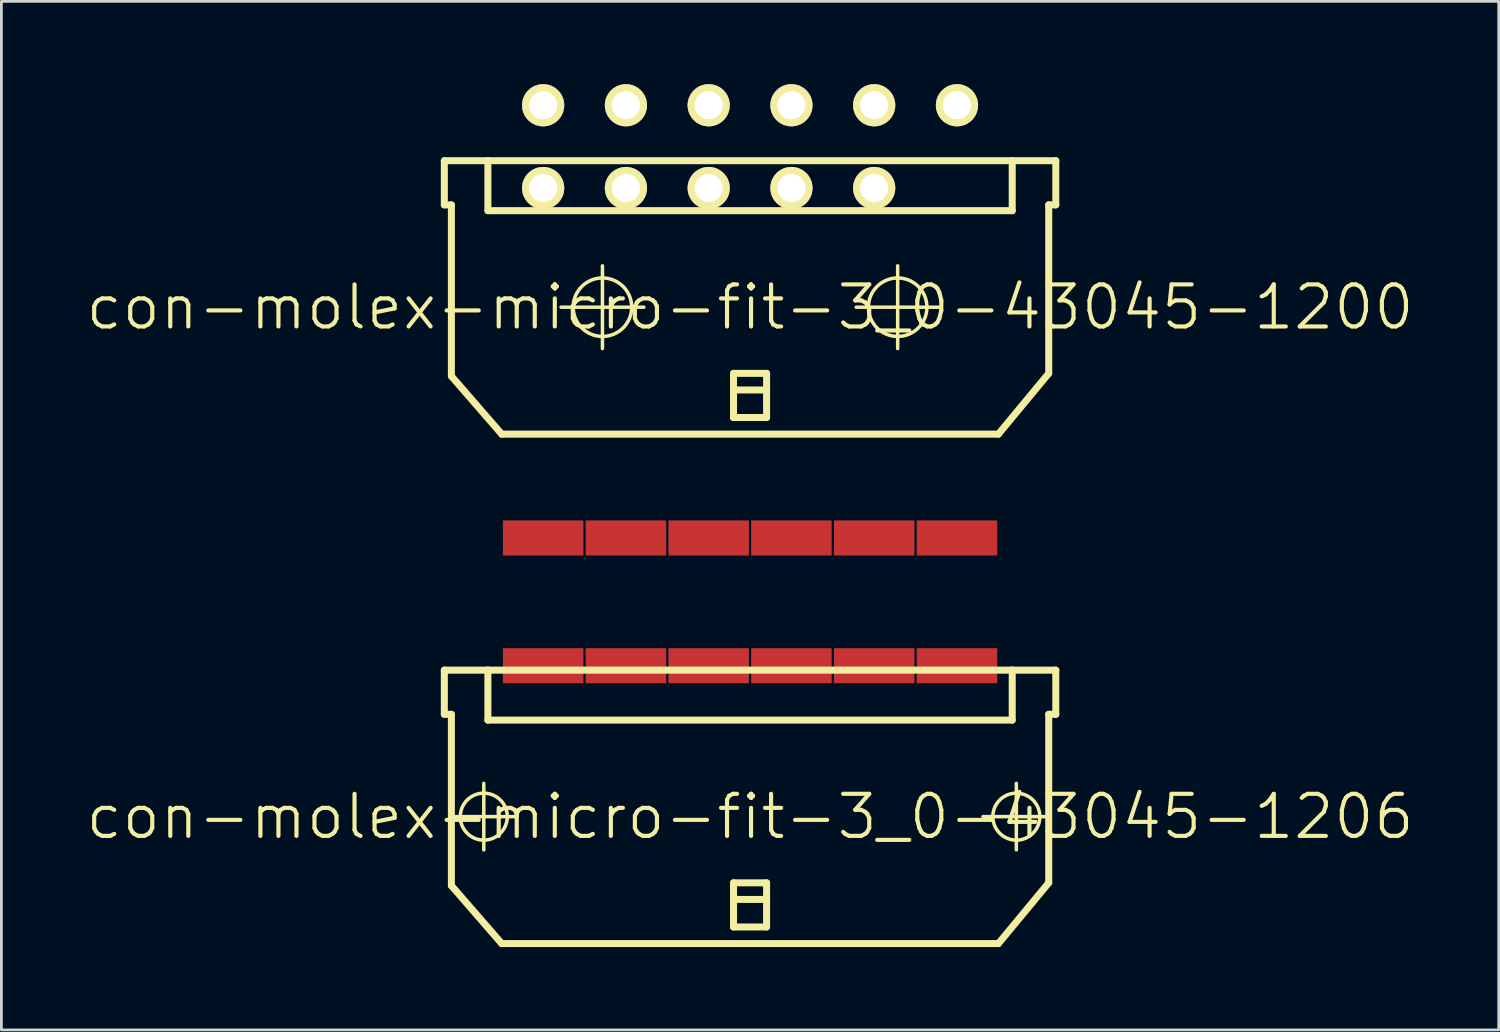
<source format=kicad_pcb>
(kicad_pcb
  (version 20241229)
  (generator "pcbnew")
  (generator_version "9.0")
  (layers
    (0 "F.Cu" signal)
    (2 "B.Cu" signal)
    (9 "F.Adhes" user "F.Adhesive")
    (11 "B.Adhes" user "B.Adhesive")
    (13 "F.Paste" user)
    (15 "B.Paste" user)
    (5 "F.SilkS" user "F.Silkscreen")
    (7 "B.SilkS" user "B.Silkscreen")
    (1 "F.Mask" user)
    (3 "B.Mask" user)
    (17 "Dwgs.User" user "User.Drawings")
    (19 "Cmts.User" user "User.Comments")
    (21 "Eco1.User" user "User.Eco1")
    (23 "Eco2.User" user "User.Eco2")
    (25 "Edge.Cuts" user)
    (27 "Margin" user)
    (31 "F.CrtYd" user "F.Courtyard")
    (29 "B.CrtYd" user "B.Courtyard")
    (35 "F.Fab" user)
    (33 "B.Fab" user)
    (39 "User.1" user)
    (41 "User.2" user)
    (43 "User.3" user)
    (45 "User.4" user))
  (footprint "con-molex-micro-fit-3_0-43045-1206"
    (layer "F.Cu")
    (at 24.13 26.543)
    (property "Reference" "con-molex-micro-fit-3_0-43045-1206" (at 0 0 0) (layer "F.SilkS") (effects (font (size 1.524 1.524) (thickness 0.15))))
    (attr smd)
    (fp_line (start -11.079 -5.309) (end -11.079 -3.708) (stroke (width 0.254) (type solid)) (layer "F.SilkS"))
    (fp_line (start -11.079 -3.708) (end -10.823 -3.708) (stroke (width 0.254) (type solid)) (layer "F.SilkS"))
    (fp_line (start -10.853 0) (end -8.443 0) (stroke (width 0.127) (type solid)) (layer "F.SilkS"))
    (fp_line (start -10.823 2.499) (end -10.823 -3.708) (stroke (width 0.254) (type solid)) (layer "F.SilkS"))
    (fp_line (start -10.823 2.499) (end -8.999 4.6) (stroke (width 0.254) (type solid)) (layer "F.SilkS"))
    (fp_line (start -9.649 1.204) (end -9.649 -1.204) (stroke (width 0.127) (type solid)) (layer "F.SilkS"))
    (fp_line (start -9.5 -5.309) (end -11.079 -5.309) (stroke (width 0.254) (type solid)) (layer "F.SilkS"))
    (fp_line (start -9.5 -5.309) (end -9.5 -3.498) (stroke (width 0.254) (type solid)) (layer "F.SilkS"))
    (fp_line (start -9.5 -5.309) (end 9.5 -5.309) (stroke (width 0.254) (type solid)) (layer "F.SilkS"))
    (fp_line (start -9.5 -3.498) (end 9.5 -3.498) (stroke (width 0.254) (type solid)) (layer "F.SilkS"))
    (fp_line (start -4.829 -5.309) (end -9.5 -5.309) (stroke (width 0.127) (type solid)) (layer "F.SilkS"))
    (fp_line (start -4.823 -5.309) (end -9.5 -5.309) (stroke (width 0.127) (type solid)) (layer "F.SilkS"))
    (fp_line (start -0.599 2.398) (end 0.599 2.398) (stroke (width 0.254) (type solid)) (layer "F.SilkS"))
    (fp_line (start -0.599 3) (end -0.599 2.398) (stroke (width 0.254) (type solid)) (layer "F.SilkS"))
    (fp_line (start -0.599 3) (end 0.599 3) (stroke (width 0.254) (type solid)) (layer "F.SilkS"))
    (fp_line (start -0.599 3.998) (end -0.599 3) (stroke (width 0.254) (type solid)) (layer "F.SilkS"))
    (fp_line (start 0.599 2.398) (end 0.599 3) (stroke (width 0.254) (type solid)) (layer "F.SilkS"))
    (fp_line (start 0.599 3) (end 0.599 3.998) (stroke (width 0.254) (type solid)) (layer "F.SilkS"))
    (fp_line (start 0.599 3.998) (end -0.599 3.998) (stroke (width 0.254) (type solid)) (layer "F.SilkS"))
    (fp_line (start 8.443 0) (end 10.853 0) (stroke (width 0.127) (type solid)) (layer "F.SilkS"))
    (fp_line (start 8.999 4.6) (end -8.999 4.6) (stroke (width 0.254) (type solid)) (layer "F.SilkS"))
    (fp_line (start 9.5 -5.309) (end 11.079 -5.309) (stroke (width 0.254) (type solid)) (layer "F.SilkS"))
    (fp_line (start 9.5 -3.498) (end 9.5 -5.309) (stroke (width 0.254) (type solid)) (layer "F.SilkS"))
    (fp_line (start 9.649 1.204) (end 9.649 -1.204) (stroke (width 0.127) (type solid)) (layer "F.SilkS"))
    (fp_line (start 10.823 -3.708) (end 10.823 2.398) (stroke (width 0.254) (type solid)) (layer "F.SilkS"))
    (fp_line (start 10.823 2.398) (end 8.999 4.6) (stroke (width 0.254) (type solid)) (layer "F.SilkS"))
    (fp_line (start 11.079 -5.309) (end 11.079 -3.708) (stroke (width 0.254) (type solid)) (layer "F.SilkS"))
    (fp_line (start 11.079 -3.708) (end 10.823 -3.708) (stroke (width 0.254) (type solid)) (layer "F.SilkS"))
    (fp_circle (center -9.649 0) (end -10.251 0.602) (stroke (width 0.127) (type solid)) (fill no) (layer "F.SilkS"))
    (fp_circle (center 9.649 0) (end 10.251 0.602) (stroke (width 0.127) (type solid)) (fill no) (layer "F.SilkS"))
    (pad "P$1" smd rect (at 7.498 -5.469) (size 2.918 1.27) (layers "F.Cu" "F.Mask" "F.Paste"))
    (pad "P$2" smd rect (at 4.498 -5.469) (size 2.918 1.27) (layers "F.Cu" "F.Mask" "F.Paste"))
    (pad "P$3" smd rect (at 1.499 -5.469) (size 2.918 1.27) (layers "F.Cu" "F.Mask" "F.Paste"))
    (pad "P$4" smd rect (at -1.499 -5.469) (size 2.918 1.27) (layers "F.Cu" "F.Mask" "F.Paste"))
    (pad "P$5" smd rect (at -4.498 -5.469) (size 2.918 1.27) (layers "F.Cu" "F.Mask" "F.Paste"))
    (pad "P$6" smd rect (at -7.498 -5.469) (size 2.918 1.27) (layers "F.Cu" "F.Mask" "F.Paste"))
    (pad "P$7" smd rect (at 7.498 -10.099) (size 2.918 1.27) (layers "F.Cu" "F.Mask" "F.Paste"))
    (pad "P$8" smd rect (at 4.498 -10.099) (size 2.918 1.27) (layers "F.Cu" "F.Mask" "F.Paste"))
    (pad "P$9" smd rect (at 1.499 -10.099) (size 2.918 1.27) (layers "F.Cu" "F.Mask" "F.Paste"))
    (pad "P$10" smd rect (at -1.499 -10.099) (size 2.918 1.27) (layers "F.Cu" "F.Mask" "F.Paste"))
    (pad "P$11" smd rect (at -4.498 -10.099) (size 2.918 1.27) (layers "F.Cu" "F.Mask" "F.Paste"))
    (pad "P$12" smd rect (at -7.498 -10.099) (size 2.918 1.27) (layers "F.Cu" "F.Mask" "F.Paste")))
  (footprint "con-molex-micro-fit-3_0-43045-1200"
    (layer "F.Cu")
    (at 24.13 8.082)
    (property "Reference" "con-molex-micro-fit-3_0-43045-1200" (at 0 0 0) (layer "F.SilkS") (effects (font (size 1.524 1.524) (thickness 0.15))))
    (attr exclude_from_pos_files exclude_from_bom)
    (fp_line (start -11.079 -5.309) (end -11.079 -3.708) (stroke (width 0.254) (type solid)) (layer "F.SilkS"))
    (fp_line (start -11.079 -3.708) (end -10.823 -3.708) (stroke (width 0.254) (type solid)) (layer "F.SilkS"))
    (fp_line (start -10.823 2.499) (end -10.823 -3.708) (stroke (width 0.254) (type solid)) (layer "F.SilkS"))
    (fp_line (start -10.823 2.499) (end -8.999 4.6) (stroke (width 0.254) (type solid)) (layer "F.SilkS"))
    (fp_line (start -9.5 -5.309) (end -11.079 -5.309) (stroke (width 0.254) (type solid)) (layer "F.SilkS"))
    (fp_line (start -9.5 -5.309) (end -9.5 -3.498) (stroke (width 0.254) (type solid)) (layer "F.SilkS"))
    (fp_line (start -9.5 -5.309) (end 9.5 -5.309) (stroke (width 0.254) (type solid)) (layer "F.SilkS"))
    (fp_line (start -9.5 -3.498) (end 9.5 -3.498) (stroke (width 0.254) (type solid)) (layer "F.SilkS"))
    (fp_line (start -6.848 0) (end -3.848 0) (stroke (width 0.127) (type solid)) (layer "F.SilkS"))
    (fp_line (start -5.349 1.499) (end -5.349 -1.499) (stroke (width 0.127) (type solid)) (layer "F.SilkS"))
    (fp_line (start -4.829 -5.309) (end -9.5 -5.309) (stroke (width 0.127) (type solid)) (layer "F.SilkS"))
    (fp_line (start -4.823 -5.309) (end -9.5 -5.309) (stroke (width 0.127) (type solid)) (layer "F.SilkS"))
    (fp_line (start -0.599 2.398) (end 0.599 2.398) (stroke (width 0.254) (type solid)) (layer "F.SilkS"))
    (fp_line (start -0.599 3) (end -0.599 2.398) (stroke (width 0.254) (type solid)) (layer "F.SilkS"))
    (fp_line (start -0.599 3) (end 0.599 3) (stroke (width 0.254) (type solid)) (layer "F.SilkS"))
    (fp_line (start -0.599 3.998) (end -0.599 3) (stroke (width 0.254) (type solid)) (layer "F.SilkS"))
    (fp_line (start 0.599 2.398) (end 0.599 3) (stroke (width 0.254) (type solid)) (layer "F.SilkS"))
    (fp_line (start 0.599 3) (end 0.599 3.998) (stroke (width 0.254) (type solid)) (layer "F.SilkS"))
    (fp_line (start 0.599 3.998) (end -0.599 3.998) (stroke (width 0.254) (type solid)) (layer "F.SilkS"))
    (fp_line (start 3.848 0) (end 6.848 0) (stroke (width 0.127) (type solid)) (layer "F.SilkS"))
    (fp_line (start 5.349 1.499) (end 5.349 -1.499) (stroke (width 0.127) (type solid)) (layer "F.SilkS"))
    (fp_line (start 8.999 4.6) (end -8.999 4.6) (stroke (width 0.254) (type solid)) (layer "F.SilkS"))
    (fp_line (start 9.5 -5.309) (end 11.079 -5.309) (stroke (width 0.254) (type solid)) (layer "F.SilkS"))
    (fp_line (start 9.5 -3.498) (end 9.5 -5.309) (stroke (width 0.254) (type solid)) (layer "F.SilkS"))
    (fp_line (start 10.823 -3.708) (end 10.823 2.398) (stroke (width 0.254) (type solid)) (layer "F.SilkS"))
    (fp_line (start 10.823 2.398) (end 8.999 4.6) (stroke (width 0.254) (type solid)) (layer "F.SilkS"))
    (fp_line (start 11.079 -5.309) (end 11.079 -3.708) (stroke (width 0.254) (type solid)) (layer "F.SilkS"))
    (fp_line (start 11.079 -3.708) (end 10.823 -3.708) (stroke (width 0.254) (type solid)) (layer "F.SilkS"))
    (fp_circle (center -5.349 0) (end -6.099 0.749) (stroke (width 0.127) (type solid)) (fill no) (layer "F.SilkS"))
    (fp_circle (center 5.349 0) (end 6.099 0.749) (stroke (width 0.127) (type solid)) (fill no) (layer "F.SilkS"))
    (pad "P$1" thru_hole rect (at 7.498 -4.318) (size 0.001 0.001) (drill 1.019) (layers "*.Cu" "F.Mask" "F.SilkS" "F.Paste"))
    (pad "P$2" thru_hole circle (at 4.498 -4.318) (size 1.529 1.529) (drill 1.019) (layers "*.Cu" "F.Mask" "F.SilkS" "F.Paste"))
    (pad "P$3" thru_hole circle (at 1.499 -4.318) (size 1.529 1.529) (drill 1.019) (layers "*.Cu" "F.Mask" "F.SilkS" "F.Paste"))
    (pad "P$4" thru_hole circle (at -1.499 -4.318) (size 1.529 1.529) (drill 1.019) (layers "*.Cu" "F.Mask" "F.SilkS" "F.Paste"))
    (pad "P$5" thru_hole circle (at -4.498 -4.318) (size 1.529 1.529) (drill 1.019) (layers "*.Cu" "F.Mask" "F.SilkS" "F.Paste"))
    (pad "P$6" thru_hole circle (at -7.498 -4.318) (size 1.529 1.529) (drill 1.019) (layers "*.Cu" "F.Mask" "F.SilkS" "F.Paste"))
    (pad "P$7" thru_hole circle (at 7.498 -7.318) (size 1.529 1.529) (drill 1.019) (layers "*.Cu" "F.Mask" "F.SilkS" "F.Paste"))
    (pad "P$8" thru_hole circle (at 4.498 -7.318) (size 1.529 1.529) (drill 1.019) (layers "*.Cu" "F.Mask" "F.SilkS" "F.Paste"))
    (pad "P$9" thru_hole circle (at 1.499 -7.318) (size 1.529 1.529) (drill 1.019) (layers "*.Cu" "F.Mask" "F.SilkS" "F.Paste"))
    (pad "P$10" thru_hole circle (at -1.499 -7.318) (size 1.529 1.529) (drill 1.019) (layers "*.Cu" "F.Mask" "F.SilkS" "F.Paste"))
    (pad "P$11" thru_hole circle (at -4.498 -7.318) (size 1.529 1.529) (drill 1.019) (layers "*.Cu" "F.Mask" "F.SilkS" "F.Paste"))
    (pad "P$12" thru_hole circle (at -7.498 -7.318) (size 1.529 1.529) (drill 1.019) (layers "*.Cu" "F.Mask" "F.SilkS" "F.Paste")))
  (gr_rect
    (start -3 -3)
    (end 51.26 34.27)
    (stroke (width 0.1) (type default))
    (fill no)
    (layer "Edge.Cuts")))
</source>
